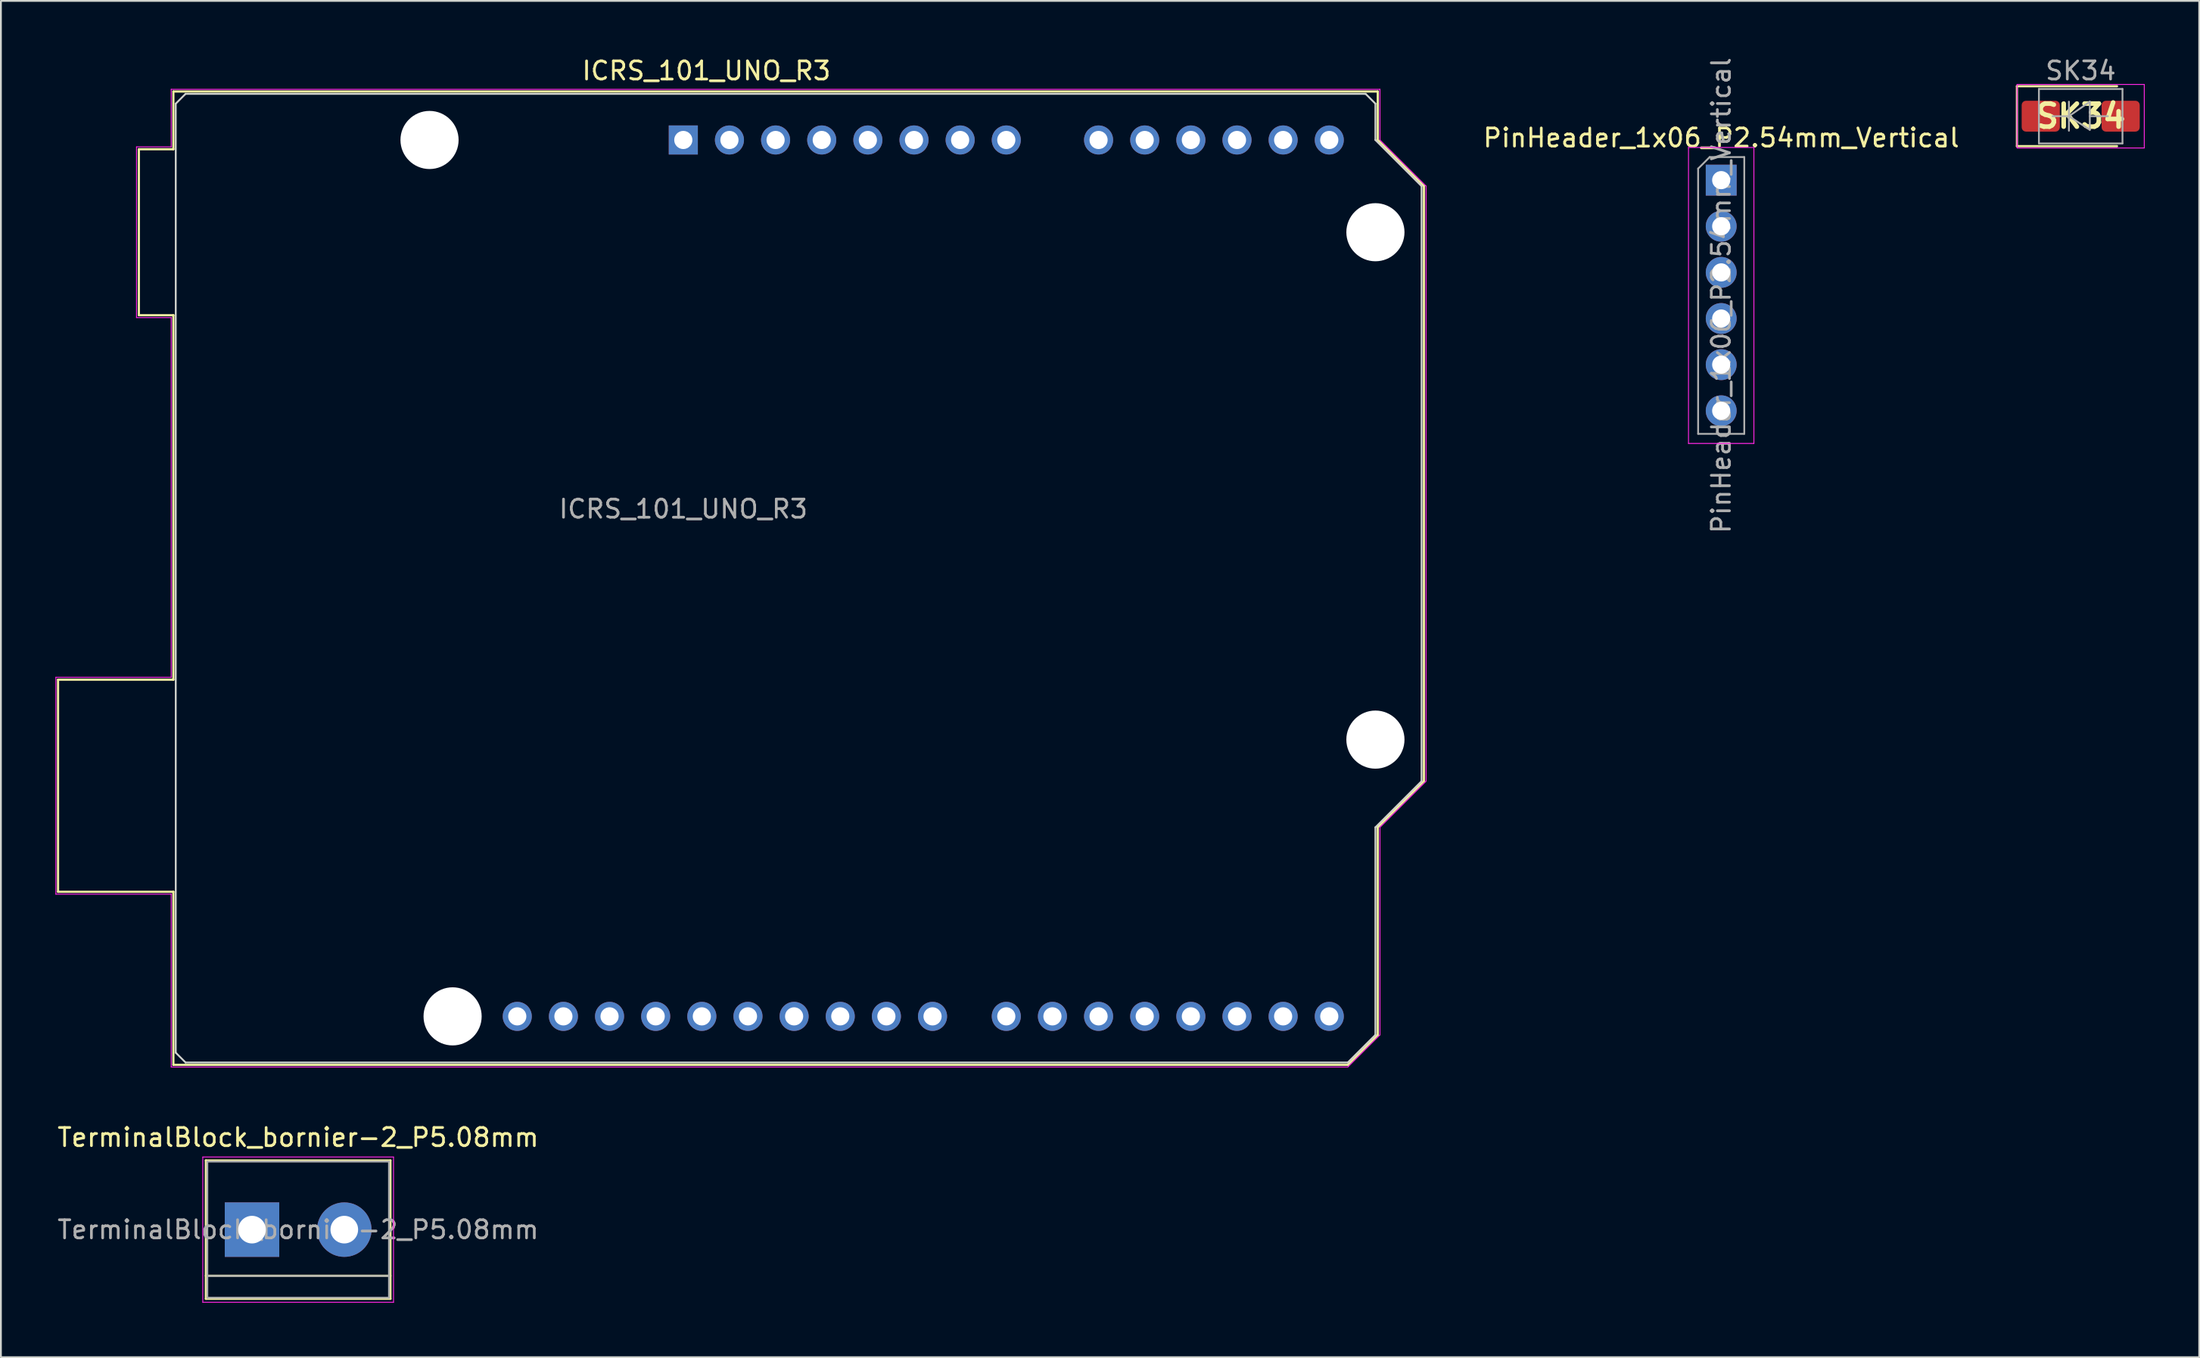
<source format=kicad_pcb>
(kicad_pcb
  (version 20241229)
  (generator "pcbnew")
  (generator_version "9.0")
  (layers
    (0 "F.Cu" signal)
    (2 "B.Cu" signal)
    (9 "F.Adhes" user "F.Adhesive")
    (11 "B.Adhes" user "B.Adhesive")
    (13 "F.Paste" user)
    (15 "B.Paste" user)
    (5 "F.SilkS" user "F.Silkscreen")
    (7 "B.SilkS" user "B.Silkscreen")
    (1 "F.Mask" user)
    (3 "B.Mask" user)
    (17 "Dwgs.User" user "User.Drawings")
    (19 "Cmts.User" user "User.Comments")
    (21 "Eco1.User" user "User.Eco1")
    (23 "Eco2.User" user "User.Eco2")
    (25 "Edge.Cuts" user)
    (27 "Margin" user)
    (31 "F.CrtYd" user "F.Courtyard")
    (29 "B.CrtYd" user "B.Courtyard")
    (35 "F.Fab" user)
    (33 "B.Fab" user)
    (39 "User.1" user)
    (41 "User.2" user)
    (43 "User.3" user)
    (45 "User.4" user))
  (footprint "SK34"
    (layer "F.Cu")
    (at 111.491 3.349)
    (property "Reference" "SK34" (at 0 0 0) (layer "F.SilkS") (effects (font (size 1.27 1.27) (thickness 0.254))))
    (attr smd)
    (fp_line (start -3.511 -1.651) (end -3.511 1.649) (stroke (width 0.12) (type solid)) (layer "F.SilkS"))
    (fp_line (start -3.511 -1.651) (end 1.999 -1.651) (stroke (width 0.12) (type solid)) (layer "F.SilkS"))
    (fp_line (start -3.511 1.649) (end 1.999 1.649) (stroke (width 0.12) (type solid)) (layer "F.SilkS"))
    (fp_line (start -3.501 -1.751) (end 3.499 -1.751) (stroke (width 0.05) (type solid)) (layer "F.CrtYd"))
    (fp_line (start -3.501 1.749) (end -3.501 -1.751) (stroke (width 0.05) (type solid)) (layer "F.CrtYd"))
    (fp_line (start 3.499 -1.751) (end 3.499 1.749) (stroke (width 0.05) (type solid)) (layer "F.CrtYd"))
    (fp_line (start 3.499 1.749) (end -3.501 1.749) (stroke (width 0.05) (type solid)) (layer "F.CrtYd"))
    (fp_line (start -2.301 1.499) (end -2.301 -1.501) (stroke (width 0.1) (type solid)) (layer "F.Fab"))
    (fp_line (start -0.65 -0.8) (end -0.65 0.8) (stroke (width 0.1) (type solid)) (layer "F.Fab"))
    (fp_line (start -0.65 0) (end -1.552 0) (stroke (width 0.1) (type solid)) (layer "F.Fab"))
    (fp_line (start -0.65 0) (end 0.501 -0.8) (stroke (width 0.1) (type solid)) (layer "F.Fab"))
    (fp_line (start -0.65 0) (end 0.501 0.749) (stroke (width 0.1) (type solid)) (layer "F.Fab"))
    (fp_line (start 0.501 0) (end 1.499 0) (stroke (width 0.1) (type solid)) (layer "F.Fab"))
    (fp_line (start 0.501 0.749) (end 0.501 -0.8) (stroke (width 0.1) (type solid)) (layer "F.Fab"))
    (fp_line (start 2.299 -1.501) (end -2.301 -1.501) (stroke (width 0.1) (type solid)) (layer "F.Fab"))
    (fp_line (start 2.299 -1.501) (end 2.299 1.499) (stroke (width 0.1) (type solid)) (layer "F.Fab"))
    (fp_line (start 2.299 1.499) (end -2.301 1.499) (stroke (width 0.1) (type solid)) (layer "F.Fab"))
    (fp_text user "${REFERENCE}" (at -0.001 -2.501 0) (layer "F.Fab") (effects (font (size 1 1) (thickness 0.15))))
    (pad "1" smd roundrect (at -2.201 -0.001) (size 2.1 1.7) (layers "F.Cu" "F.Mask" "F.Paste") (roundrect_rratio 0.139))
    (pad "2" smd roundrect (at 2.199 -0.001) (size 2.1 1.7) (layers "F.Cu" "F.Mask" "F.Paste") (roundrect_rratio 0.139)))
  (footprint "ICRS_101_UNO_R3"
    (layer "F.Cu")
    (at 34.565 4.658)
    (property "Reference" "ICRS_101_UNO_R3" (at 1.27 -3.81 180) (layer "F.SilkS") (effects (font (size 1 1) (thickness 0.15))))
    (attr through_hole)
    (fp_line (start -34.42 29.72) (end -34.42 41.4) (stroke (width 0.12) (type solid)) (layer "F.SilkS"))
    (fp_line (start -34.42 41.4) (end -28.07 41.4) (stroke (width 0.12) (type solid)) (layer "F.SilkS"))
    (fp_line (start -29.97 0.51) (end -29.97 9.65) (stroke (width 0.12) (type solid)) (layer "F.SilkS"))
    (fp_line (start -29.97 9.65) (end -28.07 9.65) (stroke (width 0.12) (type solid)) (layer "F.SilkS"))
    (fp_line (start -28.07 -2.67) (end -28.07 0.51) (stroke (width 0.12) (type solid)) (layer "F.SilkS"))
    (fp_line (start -28.07 0.51) (end -29.97 0.51) (stroke (width 0.12) (type solid)) (layer "F.SilkS"))
    (fp_line (start -28.07 9.65) (end -28.07 29.72) (stroke (width 0.12) (type solid)) (layer "F.SilkS"))
    (fp_line (start -28.07 29.72) (end -34.42 29.72) (stroke (width 0.12) (type solid)) (layer "F.SilkS"))
    (fp_line (start -28.07 41.4) (end -28.07 50.93) (stroke (width 0.12) (type solid)) (layer "F.SilkS"))
    (fp_line (start -28.07 50.93) (end 36.58 50.93) (stroke (width 0.12) (type solid)) (layer "F.SilkS"))
    (fp_line (start 36.58 50.93) (end 38.23 49.28) (stroke (width 0.12) (type solid)) (layer "F.SilkS"))
    (fp_line (start 38.23 -2.67) (end -28.07 -2.67) (stroke (width 0.12) (type solid)) (layer "F.SilkS"))
    (fp_line (start 38.23 0) (end 38.23 -2.67) (stroke (width 0.12) (type solid)) (layer "F.SilkS"))
    (fp_line (start 38.23 37.85) (end 40.77 35.31) (stroke (width 0.12) (type solid)) (layer "F.SilkS"))
    (fp_line (start 38.23 49.28) (end 38.23 37.85) (stroke (width 0.12) (type solid)) (layer "F.SilkS"))
    (fp_line (start 40.77 2.54) (end 38.23 0) (stroke (width 0.12) (type solid)) (layer "F.SilkS"))
    (fp_line (start 40.77 35.31) (end 40.77 2.54) (stroke (width 0.12) (type solid)) (layer "F.SilkS"))
    (fp_line (start -27.94 50.26) (end -27.94 -2) (stroke (width 0.1) (type solid)) (layer "Edge.Cuts"))
    (fp_line (start -27.4 -2.54) (end -27.94 -2) (stroke (width 0.1) (type default)) (layer "Edge.Cuts"))
    (fp_line (start -27.4 -2.54) (end 37.5 -2.54) (stroke (width 0.1) (type solid)) (layer "Edge.Cuts"))
    (fp_line (start -27.4 50.8) (end -27.94 50.26) (stroke (width 0.1) (type default)) (layer "Edge.Cuts"))
    (fp_line (start 36.58 50.8) (end -27.4 50.8) (stroke (width 0.1) (type solid)) (layer "Edge.Cuts"))
    (fp_line (start 37.56 -2.54) (end 37.5 -2.54) (stroke (width 0.1) (type default)) (layer "Edge.Cuts"))
    (fp_line (start 38.1 -2) (end 37.56 -2.54) (stroke (width 0.1) (type default)) (layer "Edge.Cuts"))
    (fp_line (start 38.1 -2) (end 38.1 0) (stroke (width 0.1) (type solid)) (layer "Edge.Cuts"))
    (fp_line (start 38.1 0) (end 40.64 2.54) (stroke (width 0.1) (type solid)) (layer "Edge.Cuts"))
    (fp_line (start 38.1 37.85) (end 38.1 49.28) (stroke (width 0.1) (type solid)) (layer "Edge.Cuts"))
    (fp_line (start 38.1 49.28) (end 36.58 50.8) (stroke (width 0.1) (type solid)) (layer "Edge.Cuts"))
    (fp_line (start 40.64 2.54) (end 40.64 35.31) (stroke (width 0.1) (type solid)) (layer "Edge.Cuts"))
    (fp_line (start 40.64 35.31) (end 38.1 37.85) (stroke (width 0.1) (type solid)) (layer "Edge.Cuts"))
    (fp_line (start -34.54 29.59) (end -28.19 29.59) (stroke (width 0.05) (type solid)) (layer "F.CrtYd"))
    (fp_line (start -34.54 41.53) (end -34.54 29.59) (stroke (width 0.05) (type solid)) (layer "F.CrtYd"))
    (fp_line (start -30.1 0.38) (end -28.19 0.38) (stroke (width 0.05) (type solid)) (layer "F.CrtYd"))
    (fp_line (start -30.1 9.78) (end -30.1 0.38) (stroke (width 0.05) (type solid)) (layer "F.CrtYd"))
    (fp_line (start -28.19 -2.79) (end 38.35 -2.79) (stroke (width 0.05) (type solid)) (layer "F.CrtYd"))
    (fp_line (start -28.19 0.38) (end -28.19 -2.79) (stroke (width 0.05) (type solid)) (layer "F.CrtYd"))
    (fp_line (start -28.19 9.78) (end -30.1 9.78) (stroke (width 0.05) (type solid)) (layer "F.CrtYd"))
    (fp_line (start -28.19 29.59) (end -28.19 9.78) (stroke (width 0.05) (type solid)) (layer "F.CrtYd"))
    (fp_line (start -28.19 41.53) (end -34.54 41.53) (stroke (width 0.05) (type solid)) (layer "F.CrtYd"))
    (fp_line (start -28.19 51.05) (end -28.19 41.53) (stroke (width 0.05) (type solid)) (layer "F.CrtYd"))
    (fp_line (start 36.58 51.05) (end -28.19 51.05) (stroke (width 0.05) (type solid)) (layer "F.CrtYd"))
    (fp_line (start 38.35 -2.79) (end 38.35 0) (stroke (width 0.05) (type solid)) (layer "F.CrtYd"))
    (fp_line (start 38.35 0) (end 40.89 2.54) (stroke (width 0.05) (type solid)) (layer "F.CrtYd"))
    (fp_line (start 38.35 37.85) (end 38.35 49.28) (stroke (width 0.05) (type solid)) (layer "F.CrtYd"))
    (fp_line (start 38.35 49.28) (end 36.58 51.05) (stroke (width 0.05) (type solid)) (layer "F.CrtYd"))
    (fp_line (start 40.89 2.54) (end 40.89 35.31) (stroke (width 0.05) (type solid)) (layer "F.CrtYd"))
    (fp_line (start 40.89 35.31) (end 38.35 37.85) (stroke (width 0.05) (type solid)) (layer "F.CrtYd"))
    (fp_text user "${REFERENCE}" (at 0 20.32 180) (layer "F.Fab") (effects (font (size 1 1) (thickness 0.15))))
    (pad "" np_thru_hole circle (at -13.97 0 90) (size 3.2 3.2) (drill 3.2) (layers "*.Cu" "*.Mask"))
    (pad "" np_thru_hole circle (at -12.7 48.26 90) (size 3.2 3.2) (drill 3.2) (layers "*.Cu" "*.Mask"))
    (pad "" np_thru_hole circle (at 38.1 5.08 90) (size 3.2 3.2) (drill 3.2) (layers "*.Cu" "*.Mask"))
    (pad "" np_thru_hole circle (at 38.1 33.02 90) (size 3.2 3.2) (drill 3.2) (layers "*.Cu" "*.Mask"))
    (pad "1" thru_hole rect (at 0 0 90) (size 1.6 1.6) (drill 1) (layers "*.Cu" "*.Mask"))
    (pad "2" thru_hole oval (at 2.54 0 90) (size 1.6 1.6) (drill 1) (layers "*.Cu" "*.Mask"))
    (pad "3" thru_hole oval (at 5.08 0 90) (size 1.6 1.6) (drill 1) (layers "*.Cu" "*.Mask"))
    (pad "4" thru_hole oval (at 7.62 0 90) (size 1.6 1.6) (drill 1) (layers "*.Cu" "*.Mask"))
    (pad "5" thru_hole oval (at 10.16 0 90) (size 1.6 1.6) (drill 1) (layers "*.Cu" "*.Mask"))
    (pad "6" thru_hole oval (at 12.7 0 90) (size 1.6 1.6) (drill 1) (layers "*.Cu" "*.Mask"))
    (pad "7" thru_hole oval (at 15.24 0 90) (size 1.6 1.6) (drill 1) (layers "*.Cu" "*.Mask"))
    (pad "8" thru_hole oval (at 17.78 0 90) (size 1.6 1.6) (drill 1) (layers "*.Cu" "*.Mask"))
    (pad "9" thru_hole oval (at 22.86 0 90) (size 1.6 1.6) (drill 1) (layers "*.Cu" "*.Mask"))
    (pad "10" thru_hole oval (at 25.4 0 90) (size 1.6 1.6) (drill 1) (layers "*.Cu" "*.Mask"))
    (pad "11" thru_hole oval (at 27.94 0 90) (size 1.6 1.6) (drill 1) (layers "*.Cu" "*.Mask"))
    (pad "12" thru_hole oval (at 30.48 0 90) (size 1.6 1.6) (drill 1) (layers "*.Cu" "*.Mask"))
    (pad "13" thru_hole oval (at 33.02 0 90) (size 1.6 1.6) (drill 1) (layers "*.Cu" "*.Mask"))
    (pad "14" thru_hole oval (at 35.56 0 90) (size 1.6 1.6) (drill 1) (layers "*.Cu" "*.Mask"))
    (pad "15" thru_hole oval (at 35.56 48.26 90) (size 1.6 1.6) (drill 1) (layers "*.Cu" "*.Mask"))
    (pad "16" thru_hole oval (at 33.02 48.26 90) (size 1.6 1.6) (drill 1) (layers "*.Cu" "*.Mask"))
    (pad "17" thru_hole oval (at 30.48 48.26 90) (size 1.6 1.6) (drill 1) (layers "*.Cu" "*.Mask"))
    (pad "18" thru_hole oval (at 27.94 48.26 90) (size 1.6 1.6) (drill 1) (layers "*.Cu" "*.Mask"))
    (pad "19" thru_hole oval (at 25.4 48.26 90) (size 1.6 1.6) (drill 1) (layers "*.Cu" "*.Mask"))
    (pad "20" thru_hole oval (at 22.86 48.26 90) (size 1.6 1.6) (drill 1) (layers "*.Cu" "*.Mask"))
    (pad "21" thru_hole oval (at 20.32 48.26 90) (size 1.6 1.6) (drill 1) (layers "*.Cu" "*.Mask"))
    (pad "22" thru_hole oval (at 17.78 48.26 90) (size 1.6 1.6) (drill 1) (layers "*.Cu" "*.Mask"))
    (pad "23" thru_hole oval (at 13.72 48.26 90) (size 1.6 1.6) (drill 1) (layers "*.Cu" "*.Mask"))
    (pad "24" thru_hole oval (at 11.18 48.26 90) (size 1.6 1.6) (drill 1) (layers "*.Cu" "*.Mask"))
    (pad "25" thru_hole oval (at 8.64 48.26 90) (size 1.6 1.6) (drill 1) (layers "*.Cu" "*.Mask"))
    (pad "26" thru_hole oval (at 6.1 48.26 90) (size 1.6 1.6) (drill 1) (layers "*.Cu" "*.Mask"))
    (pad "27" thru_hole oval (at 3.56 48.26 90) (size 1.6 1.6) (drill 1) (layers "*.Cu" "*.Mask"))
    (pad "28" thru_hole oval (at 1.02 48.26 90) (size 1.6 1.6) (drill 1) (layers "*.Cu" "*.Mask"))
    (pad "29" thru_hole oval (at -1.52 48.26 90) (size 1.6 1.6) (drill 1) (layers "*.Cu" "*.Mask"))
    (pad "30" thru_hole oval (at -4.06 48.26 90) (size 1.6 1.6) (drill 1) (layers "*.Cu" "*.Mask"))
    (pad "31" thru_hole oval (at -6.6 48.26 90) (size 1.6 1.6) (drill 1) (layers "*.Cu" "*.Mask"))
    (pad "32" thru_hole oval (at -9.14 48.26 90) (size 1.6 1.6) (drill 1) (layers "*.Cu" "*.Mask")))
  (footprint "PinHeader_1x06_P2.54mm_Vertical"
    (layer "F.Cu")
    (at 91.7 6.87)
    (property "Reference" "PinHeader_1x06_P2.54mm_Vertical" (at 0 -2.33 0) (layer "F.SilkS") (effects (font (size 1 1) (thickness 0.15))))
    (attr through_hole)
    (fp_line (start -1.8 -1.8) (end -1.8 14.5) (stroke (width 0.05) (type solid)) (layer "F.CrtYd"))
    (fp_line (start -1.8 14.5) (end 1.8 14.5) (stroke (width 0.05) (type solid)) (layer "F.CrtYd"))
    (fp_line (start 1.8 -1.8) (end -1.8 -1.8) (stroke (width 0.05) (type solid)) (layer "F.CrtYd"))
    (fp_line (start 1.8 14.5) (end 1.8 -1.8) (stroke (width 0.05) (type solid)) (layer "F.CrtYd"))
    (fp_line (start -1.27 -0.635) (end -0.635 -1.27) (stroke (width 0.1) (type solid)) (layer "F.Fab"))
    (fp_line (start -1.27 13.97) (end -1.27 -0.635) (stroke (width 0.1) (type solid)) (layer "F.Fab"))
    (fp_line (start -0.635 -1.27) (end 1.27 -1.27) (stroke (width 0.1) (type solid)) (layer "F.Fab"))
    (fp_line (start 1.27 -1.27) (end 1.27 13.97) (stroke (width 0.1) (type solid)) (layer "F.Fab"))
    (fp_line (start 1.27 13.97) (end -1.27 13.97) (stroke (width 0.1) (type solid)) (layer "F.Fab"))
    (fp_text user "${REFERENCE}" (at 0 6.35 90) (layer "F.Fab") (effects (font (size 1 1) (thickness 0.15))))
    (pad "1" thru_hole rect (at 0 0) (size 1.7 1.7) (drill 1) (layers "*.Cu" "*.Mask"))
    (pad "2" thru_hole oval (at 0 2.54) (size 1.7 1.7) (drill 1) (layers "*.Cu" "*.Mask"))
    (pad "3" thru_hole oval (at 0 5.08) (size 1.7 1.7) (drill 1) (layers "*.Cu" "*.Mask"))
    (pad "4" thru_hole oval (at 0 7.62) (size 1.7 1.7) (drill 1) (layers "*.Cu" "*.Mask"))
    (pad "5" thru_hole oval (at 0 10.16) (size 1.7 1.7) (drill 1) (layers "*.Cu" "*.Mask"))
    (pad "6" thru_hole oval (at 0 12.7) (size 1.7 1.7) (drill 1) (layers "*.Cu" "*.Mask")))
  (footprint "TerminalBlock_bornier-2_P5.08mm"
    (layer "F.Cu")
    (at 10.823 64.662)
    (property "Reference" "TerminalBlock_bornier-2_P5.08mm" (at 2.54 -5.08 0) (layer "F.SilkS") (effects (font (size 1 1) (thickness 0.15))))
    (attr through_hole)
    (fp_line (start -2.54 -3.81) (end -2.54 3.81) (stroke (width 0.12) (type solid)) (layer "F.SilkS"))
    (fp_line (start -2.54 3.81) (end 7.62 3.81) (stroke (width 0.12) (type solid)) (layer "F.SilkS"))
    (fp_line (start 7.62 -3.81) (end -2.54 -3.81) (stroke (width 0.12) (type solid)) (layer "F.SilkS"))
    (fp_line (start 7.62 2.54) (end -2.54 2.54) (stroke (width 0.12) (type solid)) (layer "F.SilkS"))
    (fp_line (start 7.62 3.81) (end 7.62 -3.81) (stroke (width 0.12) (type solid)) (layer "F.SilkS"))
    (fp_line (start -2.71 -4) (end -2.71 4) (stroke (width 0.05) (type solid)) (layer "F.CrtYd"))
    (fp_line (start -2.71 -4) (end 7.79 -4) (stroke (width 0.05) (type solid)) (layer "F.CrtYd"))
    (fp_line (start 7.79 4) (end -2.71 4) (stroke (width 0.05) (type solid)) (layer "F.CrtYd"))
    (fp_line (start 7.79 4) (end 7.79 -4) (stroke (width 0.05) (type solid)) (layer "F.CrtYd"))
    (fp_line (start -2.46 -3.75) (end -2.46 3.75) (stroke (width 0.1) (type solid)) (layer "F.Fab"))
    (fp_line (start -2.46 3.75) (end 7.54 3.75) (stroke (width 0.1) (type solid)) (layer "F.Fab"))
    (fp_line (start -2.41 2.55) (end 7.49 2.55) (stroke (width 0.1) (type solid)) (layer "F.Fab"))
    (fp_line (start 7.54 -3.75) (end -2.46 -3.75) (stroke (width 0.1) (type solid)) (layer "F.Fab"))
    (fp_line (start 7.54 3.75) (end 7.54 -3.75) (stroke (width 0.1) (type solid)) (layer "F.Fab"))
    (fp_text user "${REFERENCE}" (at 2.54 0 0) (layer "F.Fab") (effects (font (size 1 1) (thickness 0.15))))
    (pad "1" thru_hole rect (at 0 0) (size 3 3) (drill 1.52) (layers "*.Cu" "*.Mask"))
    (pad "2" thru_hole circle (at 5.08 0) (size 3 3) (drill 1.52) (layers "*.Cu" "*.Mask")))
  (gr_rect
    (start -3 -3)
    (end 118.015 71.686)
    (stroke (width 0.1) (type default))
    (fill no)
    (layer "Edge.Cuts")))
</source>
